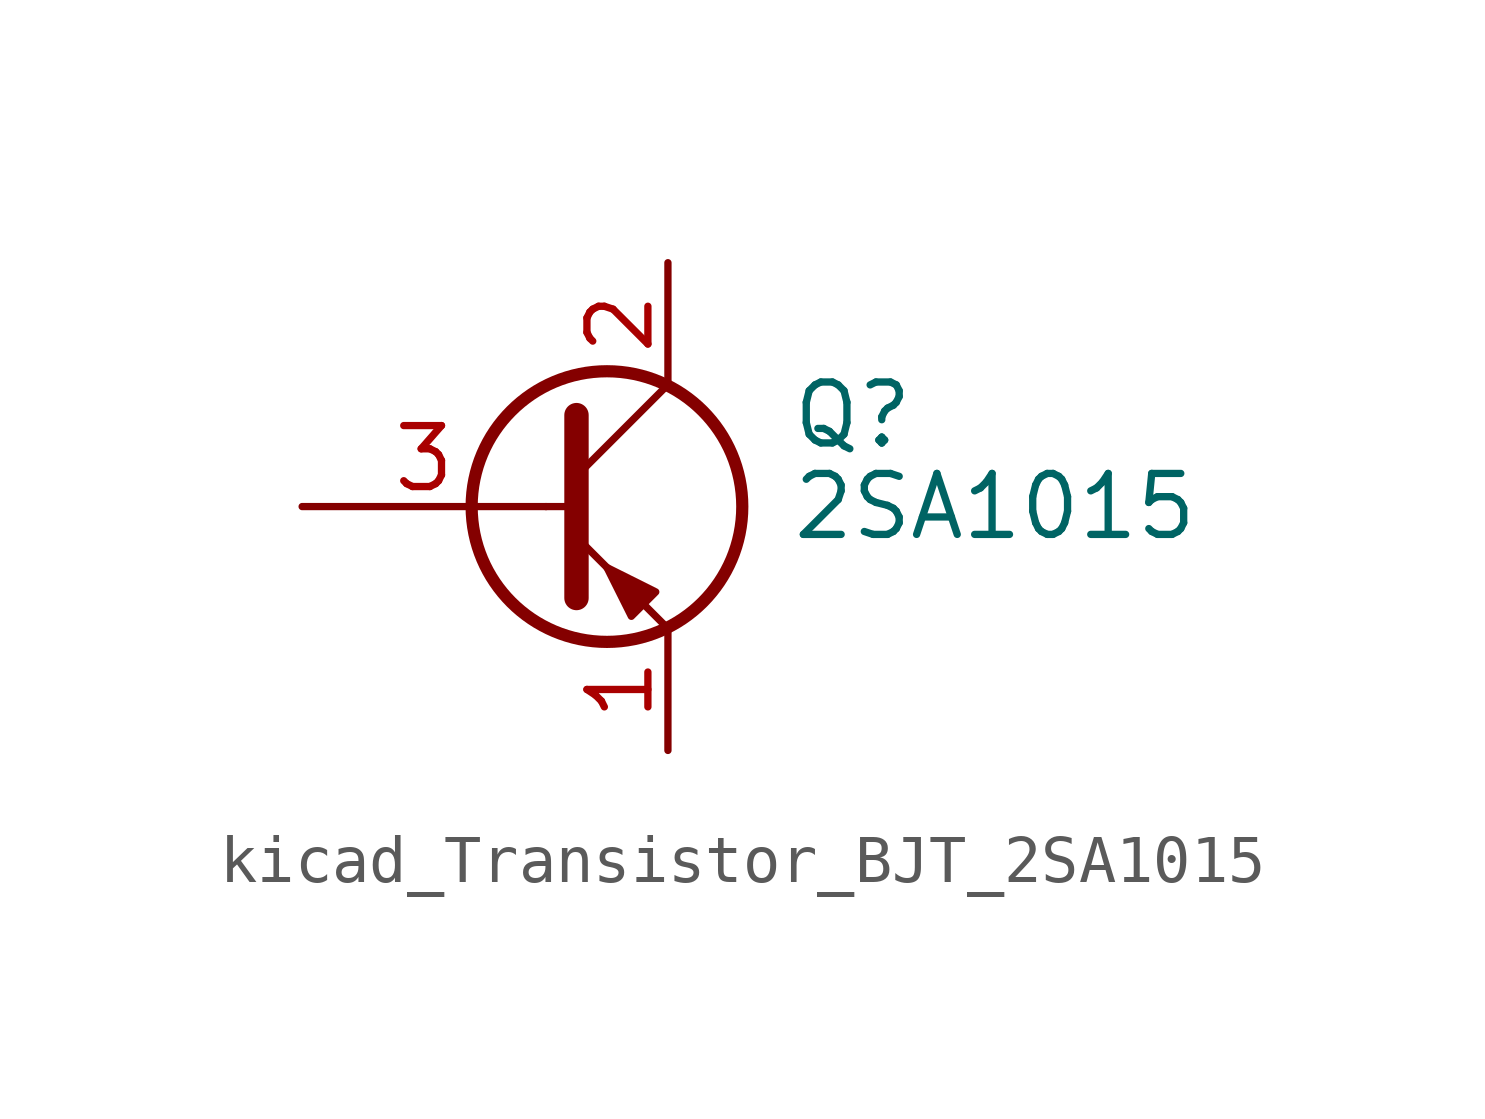
<source format=kicad_sym>
(kicad_symbol_lib
  (version 20220914)
  (generator kicad_symbol_editor)
  (symbol "kicad_Transistor_BJT_2SA1015"
    (pin_names
      (offset 0) hide)
    (property "Reference" "Q"
      (at 5.08 1.905 0)
      (effects (font (size 1.27 1.27)) (justify left)))
    (property "Value" "2SA1015"
      (at 5.08 0 0)
      (effects (font (size 1.27 1.27)) (justify left)))
    (symbol "kicad_Transistor_BJT_2SA1015_0_1"
      (polyline (pts (xy 0 0) (xy 0.635 0)) (stroke (width 0) (type default)) (fill (type none)))
      (polyline (pts (xy 2.54 -2.54) (xy 0.635 -0.635)) (stroke (width 0) (type default)) (fill (type none)))
      (polyline (pts (xy 2.54 2.54) (xy 0.635 0.635)) (stroke (width 0) (type default)) (fill (type none)))
      (polyline (pts (xy 0.635 1.905) (xy 0.635 -1.905) (xy 0.635 -1.905)) (stroke (width 0.508) (type default)) (fill (type outline)))
      (polyline (pts (xy 1.778 -2.286) (xy 2.286 -1.778) (xy 1.27 -1.27) (xy 1.778 -2.286) (xy 1.778 -2.286)) (stroke (width 0) (type default)) (fill (type outline)))
      (circle (center 1.27 0) (radius 2.819) (stroke (width 0.254) (type default)) (fill (type none))))
    (symbol "kicad_Transistor_BJT_2SA1015_1_1"
      (pin passive line (at 2.54 -5.08 90) (length 2.54) (name "E" (effects (font (size 1.27 1.27)))) (number "1" (effects (font (size 1.27 1.27)))))
      (pin passive line (at 2.54 5.08 270) (length 2.54) (name "C" (effects (font (size 1.27 1.27)))) (number "2" (effects (font (size 1.27 1.27)))))
      (pin input line (at -5.08 0 0) (length 5.08) (name "B" (effects (font (size 1.27 1.27)))) (number "3" (effects (font (size 1.27 1.27))))))))
</source>
